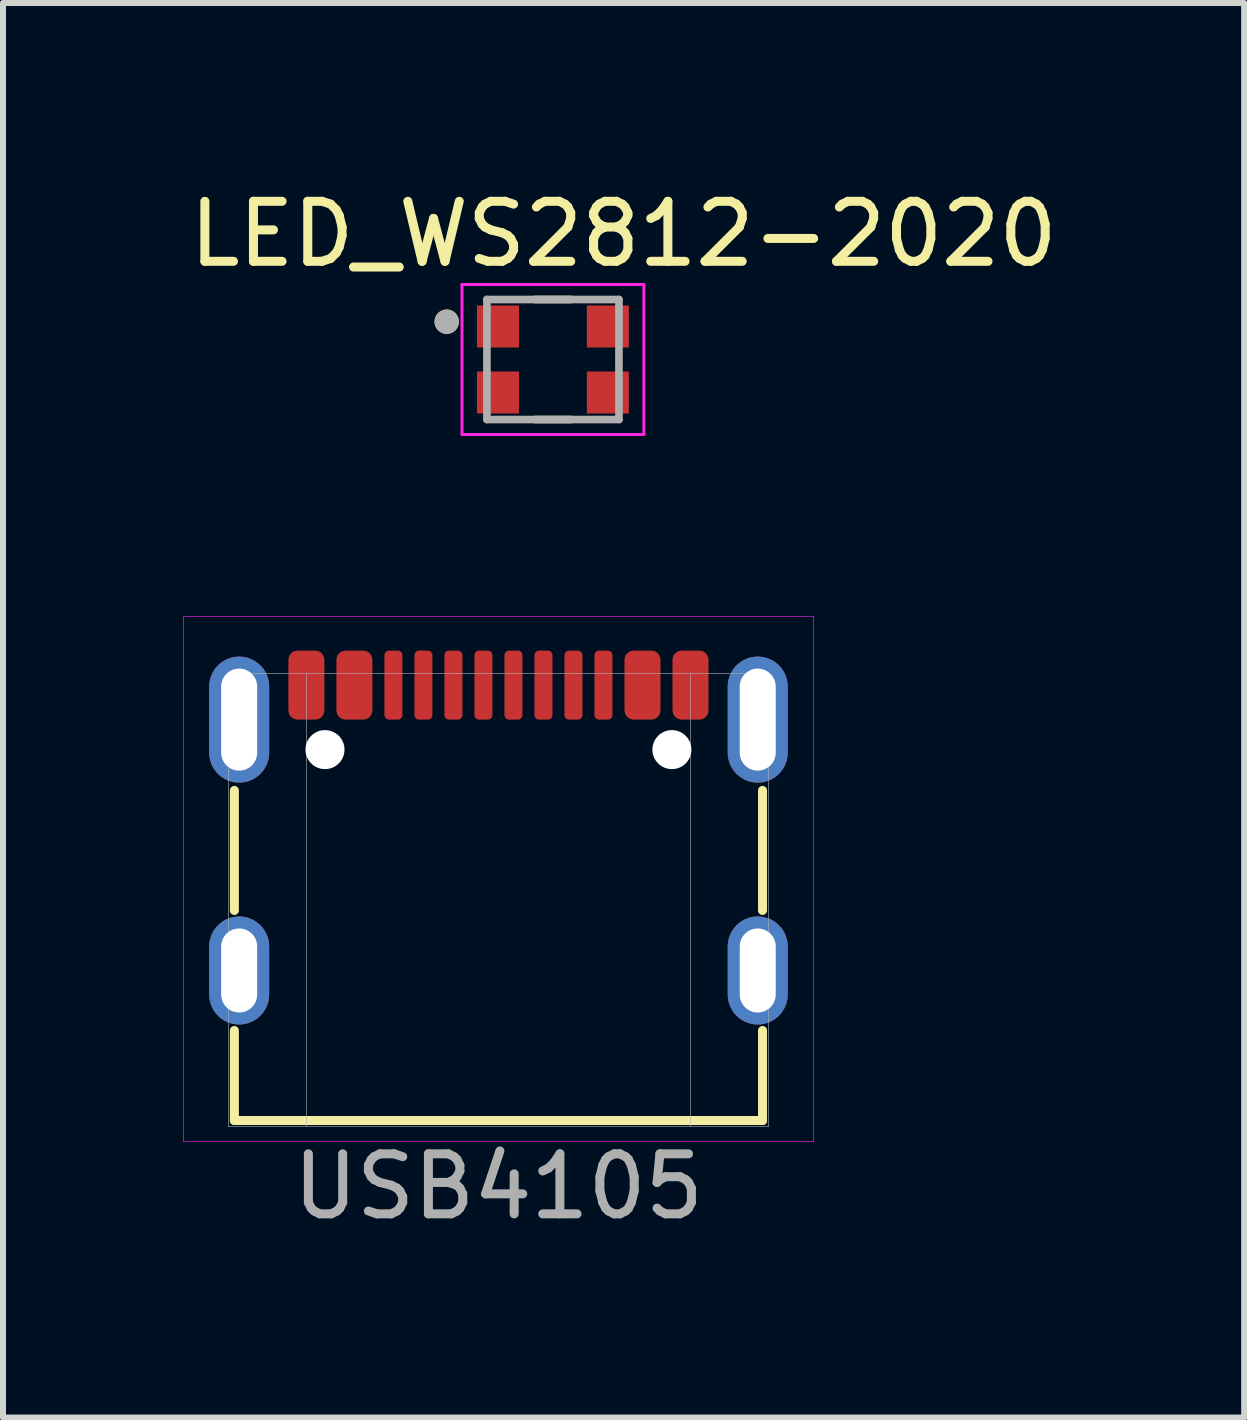
<source format=kicad_pcb>
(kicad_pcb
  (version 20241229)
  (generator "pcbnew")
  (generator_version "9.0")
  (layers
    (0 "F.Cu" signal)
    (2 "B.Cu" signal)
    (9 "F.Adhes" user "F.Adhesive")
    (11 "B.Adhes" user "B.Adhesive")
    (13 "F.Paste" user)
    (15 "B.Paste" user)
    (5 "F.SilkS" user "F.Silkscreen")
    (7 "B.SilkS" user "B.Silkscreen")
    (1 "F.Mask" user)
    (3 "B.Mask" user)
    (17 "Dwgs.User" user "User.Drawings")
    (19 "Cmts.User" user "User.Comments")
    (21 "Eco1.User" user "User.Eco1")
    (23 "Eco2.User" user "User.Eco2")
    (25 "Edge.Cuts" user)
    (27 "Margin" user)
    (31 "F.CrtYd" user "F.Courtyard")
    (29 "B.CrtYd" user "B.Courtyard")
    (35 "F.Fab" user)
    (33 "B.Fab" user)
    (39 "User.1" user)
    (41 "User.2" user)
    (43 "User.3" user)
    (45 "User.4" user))
  (footprint "LED_WS2812-2020"
    (layer "F.Cu")
    (at 6.163 2.94)
    (property "Reference" "LED_WS2812-2020" (at 1.177 -2.091 0) (layer "F.SilkS") (effects (font (size 1 1) (thickness 0.15))))
    (attr through_hole)
    (fp_line (start -0.3 -1) (end 0.3 -1) (stroke (width 0.127) (type solid)) (layer "F.SilkS"))
    (fp_line (start -0.3 1) (end 0.3 1) (stroke (width 0.127) (type solid)) (layer "F.SilkS"))
    (fp_circle (center -1.77 -0.63) (end -1.667 -0.63) (stroke (width 0.2) (type solid)) (fill no) (layer "F.SilkS"))
    (fp_line (start -1.515 -1.25) (end -1.515 1.25) (stroke (width 0.05) (type solid)) (layer "F.CrtYd"))
    (fp_line (start -1.515 1.25) (end 1.515 1.25) (stroke (width 0.05) (type solid)) (layer "F.CrtYd"))
    (fp_line (start 1.515 -1.25) (end -1.515 -1.25) (stroke (width 0.05) (type solid)) (layer "F.CrtYd"))
    (fp_line (start 1.515 1.25) (end 1.515 -1.25) (stroke (width 0.05) (type solid)) (layer "F.CrtYd"))
    (fp_line (start -1.1 -1) (end 1.1 -1) (stroke (width 0.127) (type solid)) (layer "F.Fab"))
    (fp_line (start -1.1 1) (end -1.1 -1) (stroke (width 0.127) (type solid)) (layer "F.Fab"))
    (fp_line (start 1.1 -1) (end 1.1 1) (stroke (width 0.127) (type solid)) (layer "F.Fab"))
    (fp_line (start 1.1 1) (end -1.1 1) (stroke (width 0.127) (type solid)) (layer "F.Fab"))
    (fp_circle (center -1.77 -0.63) (end -1.667 -0.63) (stroke (width 0.2) (type solid)) (fill no) (layer "F.Fab"))
    (pad "1" smd rect (at -0.915 -0.55) (size 0.7 0.7) (layers "F.Cu" "F.Mask" "F.Paste"))
    (pad "2" smd rect (at -0.915 0.55) (size 0.7 0.7) (layers "F.Cu" "F.Mask" "F.Paste"))
    (pad "3" smd rect (at 0.915 0.55) (size 0.7 0.7) (layers "F.Cu" "F.Mask" "F.Paste"))
    (pad "4" smd rect (at 0.915 -0.55) (size 0.7 0.7) (layers "F.Cu" "F.Mask" "F.Paste")))
  (footprint "USB4105"
    (layer "F.Cu")
    (at 5.255 15.72)
    (property "Reference" "USB4105" (at 0 1 0) (layer "F.Fab") (effects (font (size 1 1) (thickness 0.15))))
    (attr through_hole)
    (fp_line (start -4.4 -3.6) (end -4.4 -5.6) (stroke (width 0.15) (type solid)) (layer "F.SilkS"))
    (fp_line (start -4.4 -0.1) (end -4.4 -1.6) (stroke (width 0.15) (type solid)) (layer "F.SilkS"))
    (fp_line (start -4.4 -0.1) (end 4.4 -0.1) (stroke (width 0.15) (type solid)) (layer "F.SilkS"))
    (fp_line (start 4.4 -5.6) (end 4.4 -3.6) (stroke (width 0.15) (type solid)) (layer "F.SilkS"))
    (fp_line (start 4.4 -0.1) (end 4.4 -1.6) (stroke (width 0.15) (type solid)) (layer "F.SilkS"))
    (fp_line (start -5.25 -8.5) (end 5.25 -8.5) (stroke (width 0.01) (type solid)) (layer "F.CrtYd"))
    (fp_line (start -5.25 0.25) (end -5.25 -8.5) (stroke (width 0.01) (type solid)) (layer "F.CrtYd"))
    (fp_line (start 5.25 -8.5) (end 5.25 0.25) (stroke (width 0.01) (type solid)) (layer "F.CrtYd"))
    (fp_line (start 5.25 0.25) (end -5.25 0.25) (stroke (width 0.01) (type solid)) (layer "F.CrtYd"))
    (fp_line (start -4.5 -7.55) (end -4.5 0) (stroke (width 0.01) (type solid)) (layer "F.Fab"))
    (fp_line (start -4.5 0) (end 4.5 0) (stroke (width 0.01) (type solid)) (layer "F.Fab"))
    (fp_line (start -3.2 -7.55) (end -3.2 0) (stroke (width 0.01) (type solid)) (layer "F.Fab"))
    (fp_line (start 3.2 -7.55) (end 3.2 0) (stroke (width 0.01) (type solid)) (layer "F.Fab"))
    (fp_line (start 4.5 -7.55) (end -4.5 -7.55) (stroke (width 0.01) (type solid)) (layer "F.Fab"))
    (fp_line (start 4.5 0) (end 4.5 -7.55) (stroke (width 0.01) (type solid)) (layer "F.Fab"))
    (pad "" np_thru_hole circle (at -2.89 -6.28) (size 0.65 0.65) (drill 0.65) (layers "*.Cu" "*.Mask"))
    (pad "" np_thru_hole circle (at 2.89 -6.28) (size 0.65 0.65) (drill 0.65) (layers "*.Cu" "*.Mask"))
    (pad "A1B12" smd roundrect (at -3.2 -7.355) (size 0.6 1.15) (layers "F.Cu" "F.Mask" "F.Paste") (roundrect_rratio 0.25))
    (pad "A4B9" smd roundrect (at -2.4 -7.355) (size 0.6 1.15) (layers "F.Cu" "F.Mask" "F.Paste") (roundrect_rratio 0.25))
    (pad "A5" smd roundrect (at -1.25 -7.355) (size 0.3 1.15) (layers "F.Cu" "F.Mask" "F.Paste") (roundrect_rratio 0.25))
    (pad "A6" smd roundrect (at -0.25 -7.355) (size 0.3 1.15) (layers "F.Cu" "F.Mask" "F.Paste") (roundrect_rratio 0.25))
    (pad "A7" smd roundrect (at 0.25 -7.355) (size 0.3 1.15) (layers "F.Cu" "F.Mask" "F.Paste") (roundrect_rratio 0.25))
    (pad "A8" smd roundrect (at 1.25 -7.355) (size 0.3 1.15) (layers "F.Cu" "F.Mask" "F.Paste") (roundrect_rratio 0.25))
    (pad "B1A12" smd roundrect (at 3.2 -7.355) (size 0.6 1.15) (layers "F.Cu" "F.Mask" "F.Paste") (roundrect_rratio 0.25))
    (pad "B4A9" smd roundrect (at 2.4 -7.355) (size 0.6 1.15) (layers "F.Cu" "F.Mask" "F.Paste") (roundrect_rratio 0.25))
    (pad "B5" smd roundrect (at 1.75 -7.355) (size 0.3 1.15) (layers "F.Cu" "F.Mask" "F.Paste") (roundrect_rratio 0.25))
    (pad "B6" smd roundrect (at 0.75 -7.355) (size 0.3 1.15) (layers "F.Cu" "F.Mask" "F.Paste") (roundrect_rratio 0.25))
    (pad "B7" smd roundrect (at -0.75 -7.355) (size 0.3 1.15) (layers "F.Cu" "F.Mask" "F.Paste") (roundrect_rratio 0.25))
    (pad "B8" smd roundrect (at -1.75 -7.355) (size 0.3 1.15) (layers "F.Cu" "F.Mask" "F.Paste") (roundrect_rratio 0.25))
    (pad "S" thru_hole oval (at -4.32 -6.78) (size 1 2.1) (drill oval 0.6 1.7) (layers "*.Cu" "*.Mask"))
    (pad "S" thru_hole oval (at -4.32 -2.6) (size 1 1.8) (drill oval 0.6 1.4) (layers "*.Cu" "*.Mask"))
    (pad "S" thru_hole oval (at 4.32 -6.78) (size 1 2.1) (drill oval 0.6 1.7) (layers "*.Cu" "*.Mask"))
    (pad "S" thru_hole oval (at 4.32 -2.6) (size 1 1.8) (drill oval 0.6 1.4) (layers "*.Cu" "*.Mask")))
  (gr_rect
    (start -3 -3)
    (end 17.68 20.568)
    (stroke (width 0.1) (type default))
    (fill no)
    (layer "Edge.Cuts")))
</source>
